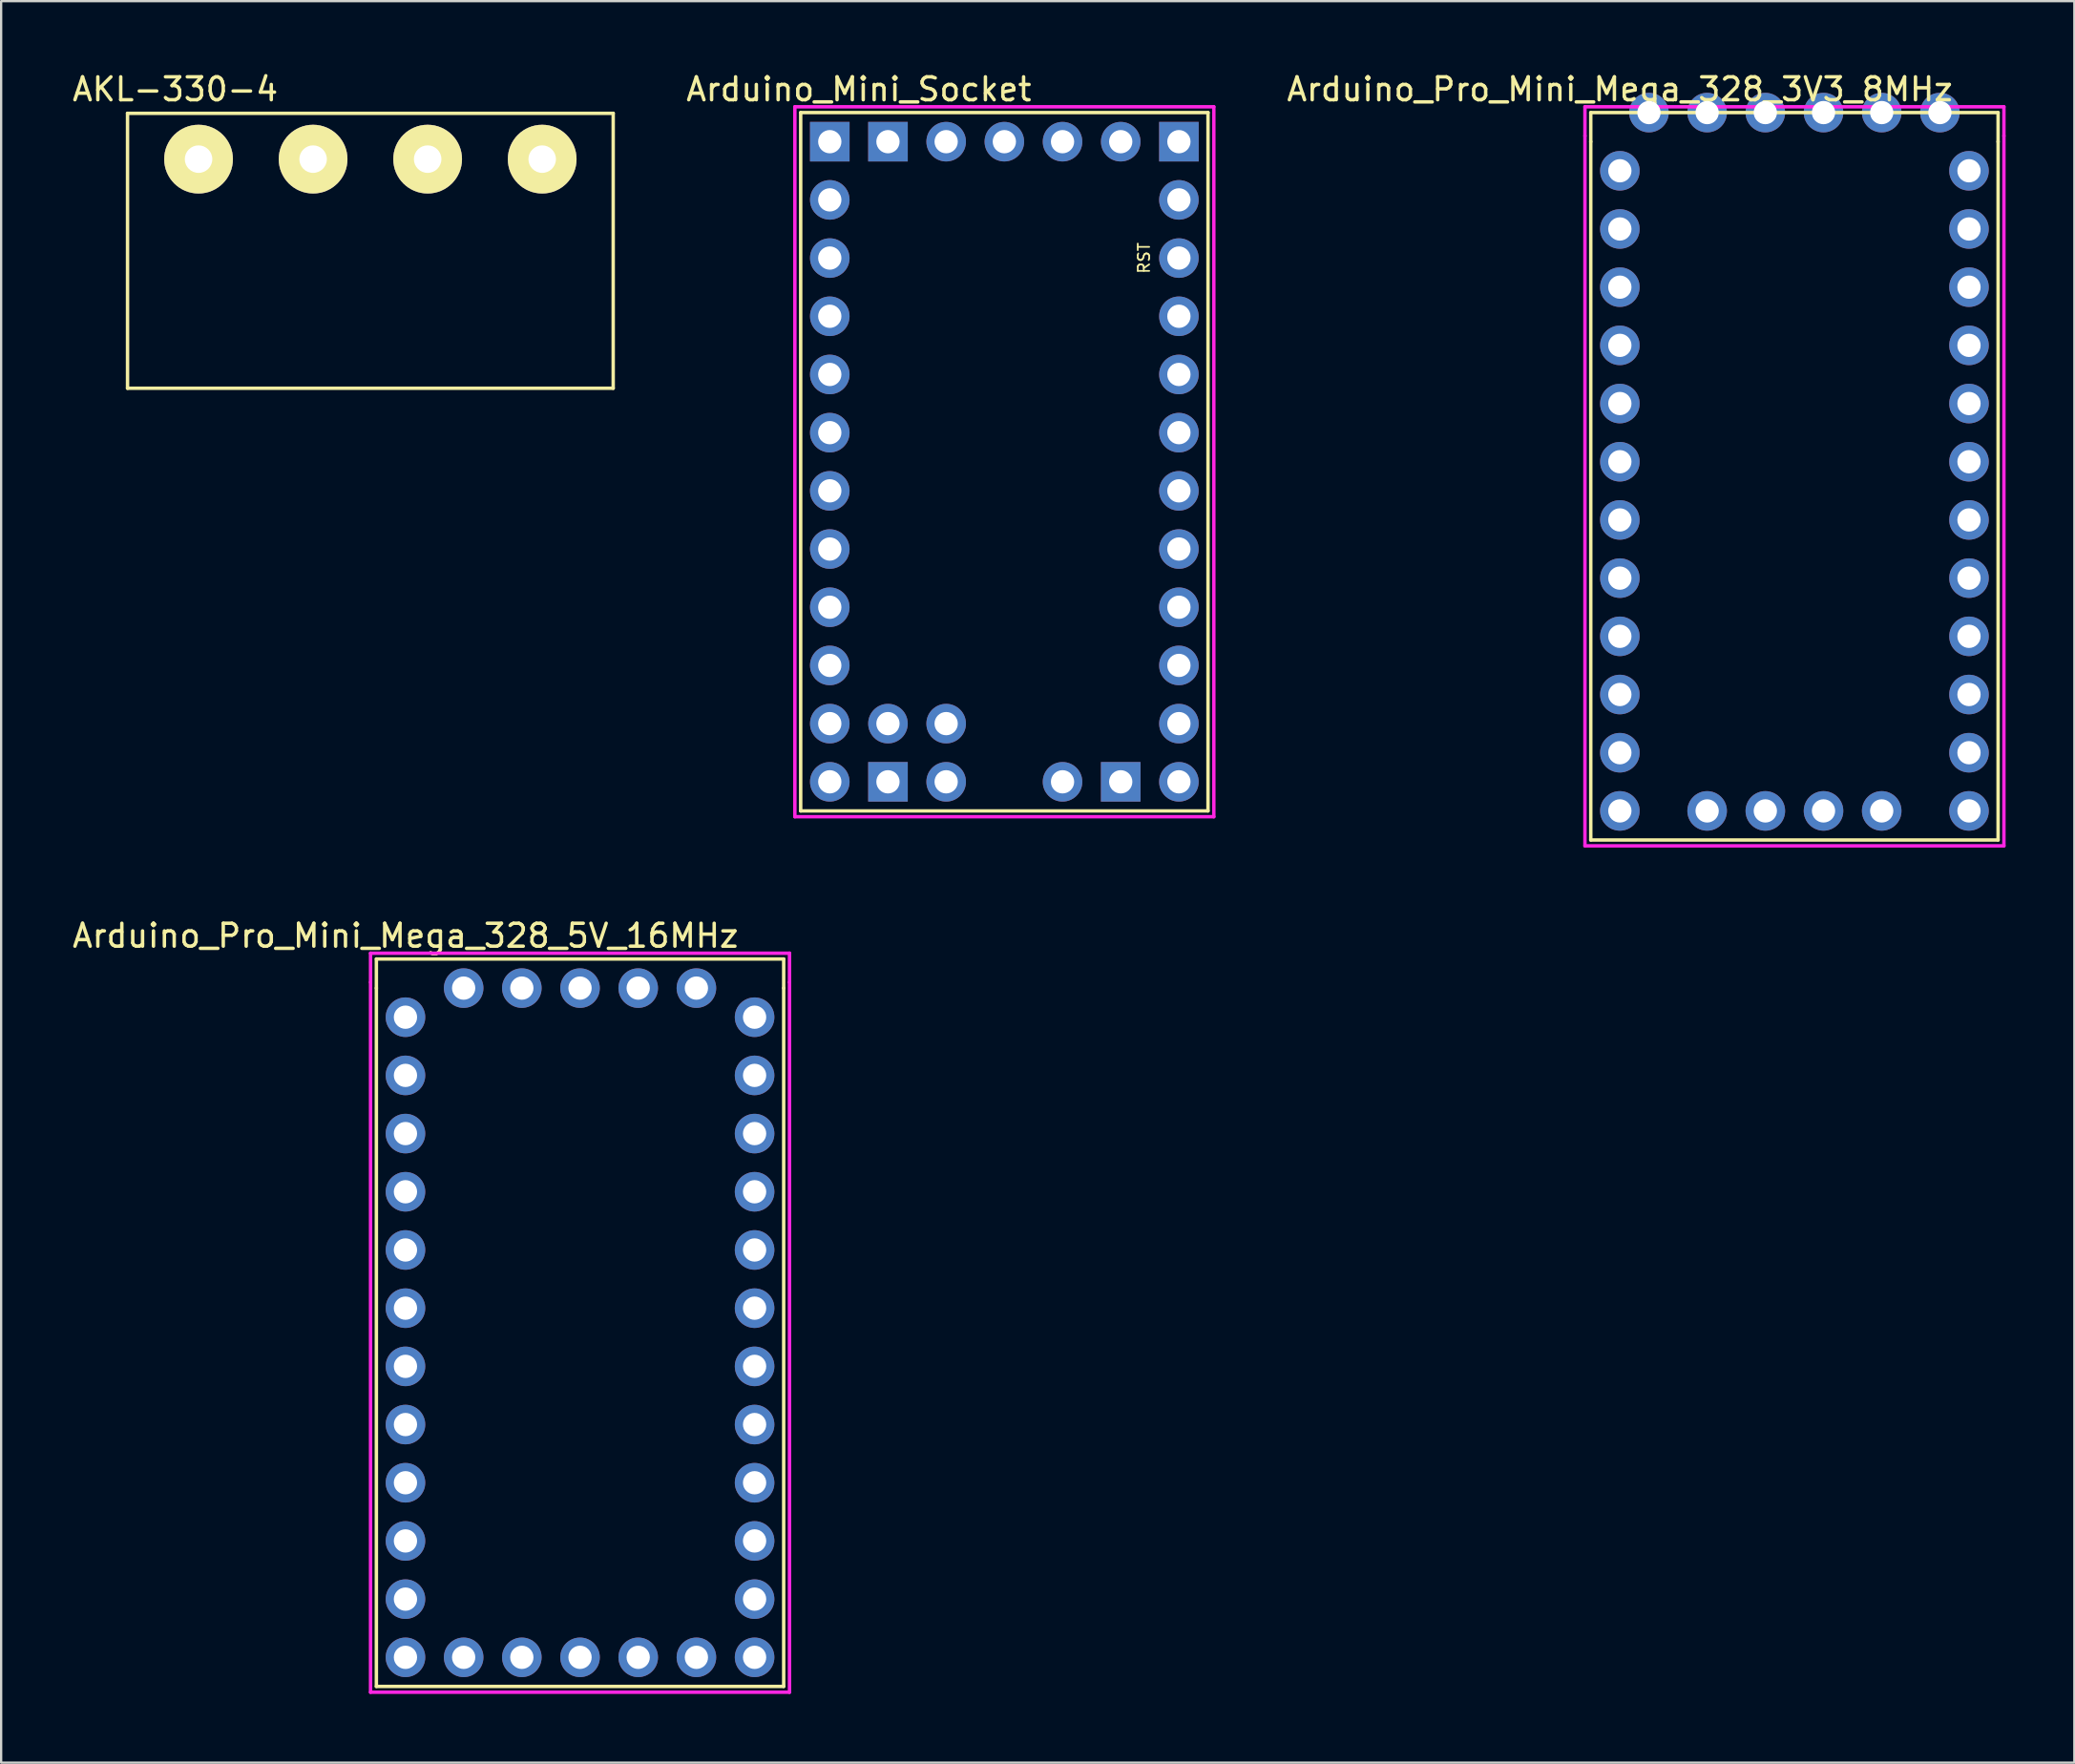
<source format=kicad_pcb>
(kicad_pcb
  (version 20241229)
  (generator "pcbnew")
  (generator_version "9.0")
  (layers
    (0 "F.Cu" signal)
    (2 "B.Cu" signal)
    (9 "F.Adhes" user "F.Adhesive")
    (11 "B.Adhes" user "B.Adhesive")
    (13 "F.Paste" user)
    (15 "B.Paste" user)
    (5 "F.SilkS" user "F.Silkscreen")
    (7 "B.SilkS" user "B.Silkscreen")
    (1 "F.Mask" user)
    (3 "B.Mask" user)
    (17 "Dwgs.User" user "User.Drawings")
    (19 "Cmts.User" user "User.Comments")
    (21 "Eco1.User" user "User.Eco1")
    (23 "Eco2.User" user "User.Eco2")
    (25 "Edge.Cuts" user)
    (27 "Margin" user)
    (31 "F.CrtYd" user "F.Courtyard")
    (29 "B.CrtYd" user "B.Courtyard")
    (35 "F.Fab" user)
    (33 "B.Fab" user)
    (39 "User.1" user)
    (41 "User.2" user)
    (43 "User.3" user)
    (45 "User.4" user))
  (footprint "Arduino_Pro_Mini_Mega_328_5V_16MHz"
    (layer "F.Cu")
    (at 13.379 70.558)
    (property "Reference" "Arduino_Pro_Mini_Mega_328_5V_16MHz" (at 1.27 -32.766 0) (layer "F.SilkS") (effects (font (size 1 1) (thickness 0.15))))
    (attr through_hole)
    (fp_line (start 0 -31.75) (end 17.78 -31.75) (stroke (width 0.15) (type solid)) (layer "F.SilkS"))
    (fp_line (start 0 -30.48) (end 0 -31.75) (stroke (width 0.15) (type solid)) (layer "F.SilkS"))
    (fp_line (start 0 0) (end 0 -30.48) (stroke (width 0.15) (type solid)) (layer "F.SilkS"))
    (fp_line (start 17.78 -30.48) (end 17.78 -31.75) (stroke (width 0.15) (type solid)) (layer "F.SilkS"))
    (fp_line (start 17.78 -30.48) (end 17.78 0) (stroke (width 0.15) (type solid)) (layer "F.SilkS"))
    (fp_line (start 17.78 0) (end 0 0) (stroke (width 0.15) (type solid)) (layer "F.SilkS"))
    (fp_line (start -0.254 -32.004) (end -0.254 -30.734) (stroke (width 0.15) (type solid)) (layer "F.CrtYd"))
    (fp_line (start -0.254 0.254) (end -0.254 -30.734) (stroke (width 0.15) (type solid)) (layer "F.CrtYd"))
    (fp_line (start 18.034 -32.004) (end -0.254 -32.004) (stroke (width 0.15) (type solid)) (layer "F.CrtYd"))
    (fp_line (start 18.034 -30.734) (end 18.034 -32.004) (stroke (width 0.15) (type solid)) (layer "F.CrtYd"))
    (fp_line (start 18.034 -30.734) (end 18.034 0.254) (stroke (width 0.15) (type solid)) (layer "F.CrtYd"))
    (fp_line (start 18.034 0.254) (end -0.254 0.254) (stroke (width 0.15) (type solid)) (layer "F.CrtYd"))
    (pad "A0" thru_hole circle (at 16.51 -11.43) (size 1.727 1.727) (drill 1.016) (layers "*.Cu" "*.Mask"))
    (pad "A1" thru_hole circle (at 16.51 -13.97) (size 1.727 1.727) (drill 1.016) (layers "*.Cu" "*.Mask"))
    (pad "A2" thru_hole circle (at 16.51 -16.51) (size 1.727 1.727) (drill 1.016) (layers "*.Cu" "*.Mask"))
    (pad "A3" thru_hole circle (at 16.51 -19.05) (size 1.727 1.727) (drill 1.016) (layers "*.Cu" "*.Mask"))
    (pad "A4" thru_hole circle (at 6.35 -1.27) (size 1.727 1.727) (drill 1.016) (layers "*.Cu" "*.Mask"))
    (pad "A5" thru_hole circle (at 8.89 -1.27) (size 1.727 1.727) (drill 1.016) (layers "*.Cu" "*.Mask"))
    (pad "A6" thru_hole circle (at 11.43 -1.27) (size 1.727 1.727) (drill 1.016) (layers "*.Cu" "*.Mask"))
    (pad "A7" thru_hole circle (at 13.97 -1.27) (size 1.727 1.727) (drill 1.016) (layers "*.Cu" "*.Mask"))
    (pad "D2" thru_hole circle (at 1.27 -19.05) (size 1.727 1.727) (drill 1.016) (layers "*.Cu" "*.Mask"))
    (pad "D3" thru_hole circle (at 1.27 -16.51) (size 1.727 1.727) (drill 1.016) (layers "*.Cu" "*.Mask"))
    (pad "D4" thru_hole circle (at 1.27 -13.97) (size 1.727 1.727) (drill 1.016) (layers "*.Cu" "*.Mask"))
    (pad "D5" thru_hole circle (at 1.27 -11.43) (size 1.727 1.727) (drill 1.016) (layers "*.Cu" "*.Mask"))
    (pad "D6" thru_hole circle (at 1.27 -8.89) (size 1.727 1.727) (drill 1.016) (layers "*.Cu" "*.Mask"))
    (pad "D7" thru_hole circle (at 1.27 -6.35) (size 1.727 1.727) (drill 1.016) (layers "*.Cu" "*.Mask"))
    (pad "D8" thru_hole circle (at 1.27 -3.81) (size 1.727 1.727) (drill 1.016) (layers "*.Cu" "*.Mask"))
    (pad "D9" thru_hole circle (at 1.27 -1.27) (size 1.727 1.727) (drill 1.016) (layers "*.Cu" "*.Mask"))
    (pad "DTR" thru_hole circle (at 3.81 -30.48) (size 1.727 1.727) (drill 1.016) (layers "*.Cu" "*.Mask"))
    (pad "GND" thru_hole circle (at 1.27 -21.59) (size 1.727 1.727) (drill 1.016) (layers "*.Cu" "*.Mask"))
    (pad "GND" thru_hole circle (at 3.81 -1.27) (size 1.727 1.727) (drill 1.016) (layers "*.Cu" "*.Mask"))
    (pad "GND" thru_hole circle (at 13.97 -30.48) (size 1.727 1.727) (drill 1.016) (layers "*.Cu" "*.Mask"))
    (pad "GND" thru_hole circle (at 16.51 -26.67) (size 1.727 1.727) (drill 1.016) (layers "*.Cu" "*.Mask"))
    (pad "I0" thru_hole circle (at 16.51 -1.27) (size 1.727 1.727) (drill 1.016) (layers "*.Cu" "*.Mask"))
    (pad "I1" thru_hole circle (at 16.51 -3.81) (size 1.727 1.727) (drill 1.016) (layers "*.Cu" "*.Mask"))
    (pad "I2" thru_hole circle (at 16.51 -6.35) (size 1.727 1.727) (drill 1.016) (layers "*.Cu" "*.Mask"))
    (pad "I3" thru_hole circle (at 16.51 -8.89) (size 1.727 1.727) (drill 1.016) (layers "*.Cu" "*.Mask"))
    (pad "RAW" thru_hole circle (at 16.51 -29.21) (size 1.727 1.727) (drill 1.016) (layers "*.Cu" "*.Mask"))
    (pad "RST" thru_hole circle (at 1.27 -24.13) (size 1.727 1.727) (drill 1.016) (layers "*.Cu" "*.Mask"))
    (pad "RST" thru_hole circle (at 16.51 -24.13) (size 1.727 1.727) (drill 1.016) (layers "*.Cu" "*.Mask"))
    (pad "RXI" thru_hole circle (at 1.27 -26.67) (size 1.727 1.727) (drill 1.016) (layers "*.Cu" "*.Mask"))
    (pad "RXI" thru_hole circle (at 8.89 -30.48) (size 1.727 1.727) (drill 1.016) (layers "*.Cu" "*.Mask"))
    (pad "TX0" thru_hole circle (at 1.27 -29.21) (size 1.727 1.727) (drill 1.016) (layers "*.Cu" "*.Mask"))
    (pad "TXO" thru_hole circle (at 6.35 -30.48) (size 1.727 1.727) (drill 1.016) (layers "*.Cu" "*.Mask"))
    (pad "VCC" thru_hole circle (at 11.43 -30.48) (size 1.727 1.727) (drill 1.016) (layers "*.Cu" "*.Mask"))
    (pad "VCC" thru_hole circle (at 16.51 -21.59) (size 1.727 1.727) (drill 1.016) (layers "*.Cu" "*.Mask")))
  (footprint "Arduino_Mini_Socket"
    (layer "F.Cu")
    (at 31.901 32.344)
    (property "Reference" "Arduino_Mini_Socket" (at 2.54 -31.496 0) (layer "F.SilkS") (effects (font (size 1 1) (thickness 0.15))))
    (attr through_hole)
    (fp_line (start 0 -30.48) (end 17.78 -30.48) (stroke (width 0.15) (type solid)) (layer "F.SilkS"))
    (fp_line (start 0 0) (end 0 -30.48) (stroke (width 0.15) (type solid)) (layer "F.SilkS"))
    (fp_line (start 17.78 -30.48) (end 17.78 0) (stroke (width 0.15) (type solid)) (layer "F.SilkS"))
    (fp_line (start 17.78 0) (end 0 0) (stroke (width 0.15) (type solid)) (layer "F.SilkS"))
    (fp_line (start -0.254 -30.734) (end 18.034 -30.734) (stroke (width 0.15) (type solid)) (layer "F.CrtYd"))
    (fp_line (start -0.254 0.254) (end -0.254 -30.734) (stroke (width 0.15) (type solid)) (layer "F.CrtYd"))
    (fp_line (start 18.034 -30.734) (end 18.034 0.254) (stroke (width 0.15) (type solid)) (layer "F.CrtYd"))
    (fp_line (start 18.034 0.254) (end -0.254 0.254) (stroke (width 0.15) (type solid)) (layer "F.CrtYd"))
    (fp_text user "RST" (at 14.986 -24.13 90) (layer "F.SilkS") (effects (font (size 0.5 0.5) (thickness 0.075))))
    (pad "5V1" thru_hole circle (at 16.51 -21.59) (size 1.727 1.727) (drill 1.016) (layers "*.Cu" "*.Mask"))
    (pad "5V2" thru_hole circle (at 11.43 -29.21) (size 1.727 1.727) (drill 1.016) (layers "*.Cu" "*.Mask"))
    (pad "5V3" thru_hole circle (at 11.43 -1.27) (size 1.727 1.727) (drill 1.016) (layers "*.Cu" "*.Mask"))
    (pad "A0" thru_hole circle (at 16.51 -11.43) (size 1.727 1.727) (drill 1.016) (layers "*.Cu" "*.Mask"))
    (pad "A1" thru_hole circle (at 16.51 -13.97) (size 1.727 1.727) (drill 1.016) (layers "*.Cu" "*.Mask"))
    (pad "A2" thru_hole circle (at 16.51 -16.51) (size 1.727 1.727) (drill 1.016) (layers "*.Cu" "*.Mask"))
    (pad "A3" thru_hole circle (at 16.51 -19.05) (size 1.727 1.727) (drill 1.016) (layers "*.Cu" "*.Mask"))
    (pad "A4" thru_hole rect (at 3.81 -1.27) (size 1.727 1.727) (drill 1.016) (layers "*.Cu" "*.Mask"))
    (pad "A5" thru_hole circle (at 6.35 -1.27) (size 1.727 1.727) (drill 1.016) (layers "*.Cu" "*.Mask"))
    (pad "A6" thru_hole circle (at 3.81 -3.81) (size 1.727 1.727) (drill 1.016) (layers "*.Cu" "*.Mask"))
    (pad "A7" thru_hole circle (at 6.35 -3.81) (size 1.727 1.727) (drill 1.016) (layers "*.Cu" "*.Mask"))
    (pad "D0" thru_hole circle (at 1.27 -26.67) (size 1.727 1.727) (drill 1.016) (layers "*.Cu" "*.Mask"))
    (pad "D1" thru_hole rect (at 1.27 -29.21) (size 1.727 1.727) (drill 1.016) (layers "*.Cu" "*.Mask"))
    (pad "D2" thru_hole circle (at 1.27 -19.05) (size 1.727 1.727) (drill 1.016) (layers "*.Cu" "*.Mask"))
    (pad "D3" thru_hole circle (at 1.27 -16.51) (size 1.727 1.727) (drill 1.016) (layers "*.Cu" "*.Mask"))
    (pad "D4" thru_hole circle (at 1.27 -13.97) (size 1.727 1.727) (drill 1.016) (layers "*.Cu" "*.Mask"))
    (pad "D5" thru_hole circle (at 1.27 -11.43) (size 1.727 1.727) (drill 1.016) (layers "*.Cu" "*.Mask"))
    (pad "D6" thru_hole circle (at 1.27 -8.89) (size 1.727 1.727) (drill 1.016) (layers "*.Cu" "*.Mask"))
    (pad "D7" thru_hole circle (at 1.27 -6.35) (size 1.727 1.727) (drill 1.016) (layers "*.Cu" "*.Mask"))
    (pad "D8" thru_hole circle (at 1.27 -3.81) (size 1.727 1.727) (drill 1.016) (layers "*.Cu" "*.Mask"))
    (pad "D9" thru_hole circle (at 1.27 -1.27) (size 1.727 1.727) (drill 1.016) (layers "*.Cu" "*.Mask"))
    (pad "D10" thru_hole circle (at 16.51 -1.27) (size 1.727 1.727) (drill 1.016) (layers "*.Cu" "*.Mask"))
    (pad "D11" thru_hole circle (at 16.51 -3.81) (size 1.727 1.727) (drill 1.016) (layers "*.Cu" "*.Mask"))
    (pad "D12" thru_hole circle (at 16.51 -6.35) (size 1.727 1.727) (drill 1.016) (layers "*.Cu" "*.Mask"))
    (pad "D13" thru_hole circle (at 16.51 -8.89) (size 1.727 1.727) (drill 1.016) (layers "*.Cu" "*.Mask"))
    (pad "GND2" thru_hole circle (at 16.51 -26.67) (size 1.727 1.727) (drill 1.016) (layers "*.Cu" "*.Mask"))
    (pad "GND3" thru_hole circle (at 13.97 -29.21) (size 1.727 1.727) (drill 1.016) (layers "*.Cu" "*.Mask"))
    (pad "GND4" thru_hole rect (at 13.97 -1.27) (size 1.727 1.727) (drill 1.016) (layers "*.Cu" "*.Mask"))
    (pad "L0" thru_hole circle (at 1.27 -24.13) (size 1.727 1.727) (drill 1.016) (layers "*.Cu" "*.Mask"))
    (pad "L1" thru_hole circle (at 1.27 -21.59) (size 1.727 1.727) (drill 1.016) (layers "*.Cu" "*.Mask"))
    (pad "L2" thru_hole rect (at 3.81 -29.21) (size 1.727 1.727) (drill 1.016) (layers "*.Cu" "*.Mask"))
    (pad "RST2" thru_hole circle (at 16.51 -24.13) (size 1.727 1.727) (drill 1.016) (layers "*.Cu" "*.Mask"))
    (pad "RX" thru_hole circle (at 8.89 -29.21) (size 1.727 1.727) (drill 1.016) (layers "*.Cu" "*.Mask"))
    (pad "TX" thru_hole circle (at 6.35 -29.21) (size 1.727 1.727) (drill 1.016) (layers "*.Cu" "*.Mask"))
    (pad "VIN" thru_hole rect (at 16.51 -29.21) (size 1.727 1.727) (drill 1.016) (layers "*.Cu" "*.Mask")))
  (footprint "AKL-330-4"
    (layer "F.Cu")
    (at 5.617 3.896)
    (property "Reference" "AKL-330-4" (at -1.016 -3.048 0) (layer "F.SilkS") (effects (font (size 1 1) (thickness 0.15))))
    (attr through_hole)
    (fp_line (start -3.1 -2) (end 18.1 -2) (stroke (width 0.15) (type solid)) (layer "F.SilkS"))
    (fp_line (start -3.1 10) (end -3.1 -2) (stroke (width 0.15) (type solid)) (layer "F.SilkS"))
    (fp_line (start 18.1 -2) (end 18.1 10) (stroke (width 0.15) (type solid)) (layer "F.SilkS"))
    (fp_line (start 18.1 10) (end -3.1 10) (stroke (width 0.15) (type solid)) (layer "F.SilkS"))
    (pad "1" thru_hole circle (at 0 0 180) (size 3 3) (drill 1.2) (layers "*.Cu" "*.Mask" "F.SilkS"))
    (pad "2" thru_hole circle (at 5 0 180) (size 3 3) (drill 1.2) (layers "*.Cu" "*.Mask" "F.SilkS"))
    (pad "3" thru_hole circle (at 10 0 180) (size 3 3) (drill 1.2) (layers "*.Cu" "*.Mask" "F.SilkS"))
    (pad "4" thru_hole circle (at 15 0 180) (size 3 3) (drill 1.2) (layers "*.Cu" "*.Mask" "F.SilkS")))
  (footprint "Arduino_Pro_Mini_Mega_328_3V3_8MHz"
    (layer "F.Cu")
    (at 66.389 33.614)
    (property "Reference" "Arduino_Pro_Mini_Mega_328_3V3_8MHz" (at 1.27 -32.766 0) (layer "F.SilkS") (effects (font (size 1 1) (thickness 0.15))))
    (attr through_hole)
    (fp_line (start 0 -31.75) (end 17.78 -31.75) (stroke (width 0.15) (type solid)) (layer "F.SilkS"))
    (fp_line (start 0 -30.48) (end 0 -31.75) (stroke (width 0.15) (type solid)) (layer "F.SilkS"))
    (fp_line (start 0 0) (end 0 -30.48) (stroke (width 0.15) (type solid)) (layer "F.SilkS"))
    (fp_line (start 17.78 -30.48) (end 17.78 -31.75) (stroke (width 0.15) (type solid)) (layer "F.SilkS"))
    (fp_line (start 17.78 -30.48) (end 17.78 0) (stroke (width 0.15) (type solid)) (layer "F.SilkS"))
    (fp_line (start 17.78 0) (end 0 0) (stroke (width 0.15) (type solid)) (layer "F.SilkS"))
    (fp_line (start -0.254 -32.004) (end -0.254 -30.734) (stroke (width 0.15) (type solid)) (layer "F.CrtYd"))
    (fp_line (start -0.254 0.254) (end -0.254 -30.734) (stroke (width 0.15) (type solid)) (layer "F.CrtYd"))
    (fp_line (start 18.034 -32.004) (end -0.254 -32.004) (stroke (width 0.15) (type solid)) (layer "F.CrtYd"))
    (fp_line (start 18.034 -30.734) (end 18.034 -32.004) (stroke (width 0.15) (type solid)) (layer "F.CrtYd"))
    (fp_line (start 18.034 -30.734) (end 18.034 0.254) (stroke (width 0.15) (type solid)) (layer "F.CrtYd"))
    (fp_line (start 18.034 0.254) (end -0.254 0.254) (stroke (width 0.15) (type solid)) (layer "F.CrtYd"))
    (pad "2" thru_hole circle (at 1.27 -19.05) (size 1.727 1.727) (drill 1.016) (layers "*.Cu" "*.Mask"))
    (pad "3" thru_hole circle (at 1.27 -16.51) (size 1.727 1.727) (drill 1.016) (layers "*.Cu" "*.Mask"))
    (pad "4" thru_hole circle (at 1.27 -13.97) (size 1.727 1.727) (drill 1.016) (layers "*.Cu" "*.Mask"))
    (pad "5" thru_hole circle (at 1.27 -11.43) (size 1.727 1.727) (drill 1.016) (layers "*.Cu" "*.Mask"))
    (pad "6" thru_hole circle (at 1.27 -8.89) (size 1.727 1.727) (drill 1.016) (layers "*.Cu" "*.Mask"))
    (pad "7" thru_hole circle (at 1.27 -6.35) (size 1.727 1.727) (drill 1.016) (layers "*.Cu" "*.Mask"))
    (pad "8" thru_hole circle (at 1.27 -3.81) (size 1.727 1.727) (drill 1.016) (layers "*.Cu" "*.Mask"))
    (pad "9" thru_hole circle (at 1.27 -1.27) (size 1.727 1.727) (drill 1.016) (layers "*.Cu" "*.Mask"))
    (pad "10" thru_hole circle (at 16.51 -1.27) (size 1.727 1.727) (drill 1.016) (layers "*.Cu" "*.Mask"))
    (pad "11" thru_hole circle (at 16.51 -3.81) (size 1.727 1.727) (drill 1.016) (layers "*.Cu" "*.Mask"))
    (pad "12" thru_hole circle (at 16.51 -6.35) (size 1.727 1.727) (drill 1.016) (layers "*.Cu" "*.Mask"))
    (pad "13" thru_hole circle (at 16.51 -8.89) (size 1.727 1.727) (drill 1.016) (layers "*.Cu" "*.Mask"))
    (pad "A0" thru_hole circle (at 16.51 -11.43) (size 1.727 1.727) (drill 1.016) (layers "*.Cu" "*.Mask"))
    (pad "A1" thru_hole circle (at 16.51 -13.97) (size 1.727 1.727) (drill 1.016) (layers "*.Cu" "*.Mask"))
    (pad "A2" thru_hole circle (at 16.51 -16.51) (size 1.727 1.727) (drill 1.016) (layers "*.Cu" "*.Mask"))
    (pad "A3" thru_hole circle (at 16.51 -19.05) (size 1.727 1.727) (drill 1.016) (layers "*.Cu" "*.Mask"))
    (pad "A4" thru_hole circle (at 7.62 -1.27) (size 1.727 1.727) (drill 1.016) (layers "*.Cu" "*.Mask"))
    (pad "A5" thru_hole circle (at 5.08 -1.27) (size 1.727 1.727) (drill 1.016) (layers "*.Cu" "*.Mask"))
    (pad "A6" thru_hole circle (at 12.7 -1.27) (size 1.727 1.727) (drill 1.016) (layers "*.Cu" "*.Mask"))
    (pad "A7" thru_hole circle (at 10.16 -1.27) (size 1.727 1.727) (drill 1.016) (layers "*.Cu" "*.Mask"))
    (pad "BLK" thru_hole circle (at 2.54 -31.75) (size 1.727 1.727) (drill 1.016) (layers "*.Cu" "*.Mask"))
    (pad "GND1" thru_hole circle (at 5.08 -31.75) (size 1.727 1.727) (drill 1.016) (layers "*.Cu" "*.Mask"))
    (pad "GND2" thru_hole circle (at 16.51 -26.67) (size 1.727 1.727) (drill 1.016) (layers "*.Cu" "*.Mask"))
    (pad "GND3" thru_hole circle (at 1.27 -21.59) (size 1.727 1.727) (drill 1.016) (layers "*.Cu" "*.Mask"))
    (pad "GRN" thru_hole circle (at 15.24 -31.75) (size 1.727 1.727) (drill 1.016) (layers "*.Cu" "*.Mask"))
    (pad "RAW" thru_hole circle (at 16.51 -29.21) (size 1.727 1.727) (drill 1.016) (layers "*.Cu" "*.Mask"))
    (pad "RST1" thru_hole circle (at 16.51 -24.13) (size 1.727 1.727) (drill 1.016) (layers "*.Cu" "*.Mask"))
    (pad "RST2" thru_hole circle (at 1.27 -24.13) (size 1.727 1.727) (drill 1.016) (layers "*.Cu" "*.Mask"))
    (pad "RXI1" thru_hole circle (at 10.16 -31.75) (size 1.727 1.727) (drill 1.016) (layers "*.Cu" "*.Mask"))
    (pad "RXI2" thru_hole circle (at 1.27 -26.67) (size 1.727 1.727) (drill 1.016) (layers "*.Cu" "*.Mask"))
    (pad "TX02" thru_hole circle (at 1.27 -29.21) (size 1.727 1.727) (drill 1.016) (layers "*.Cu" "*.Mask"))
    (pad "TXO1" thru_hole circle (at 12.7 -31.75) (size 1.727 1.727) (drill 1.016) (layers "*.Cu" "*.Mask"))
    (pad "VCC1" thru_hole circle (at 7.62 -31.75) (size 1.727 1.727) (drill 1.016) (layers "*.Cu" "*.Mask"))
    (pad "VCC2" thru_hole circle (at 16.51 -21.59) (size 1.727 1.727) (drill 1.016) (layers "*.Cu" "*.Mask")))
  (gr_rect
    (start -3 -3)
    (end 87.498 73.886)
    (stroke (width 0.1) (type default))
    (fill no)
    (layer "Edge.Cuts")))
</source>
